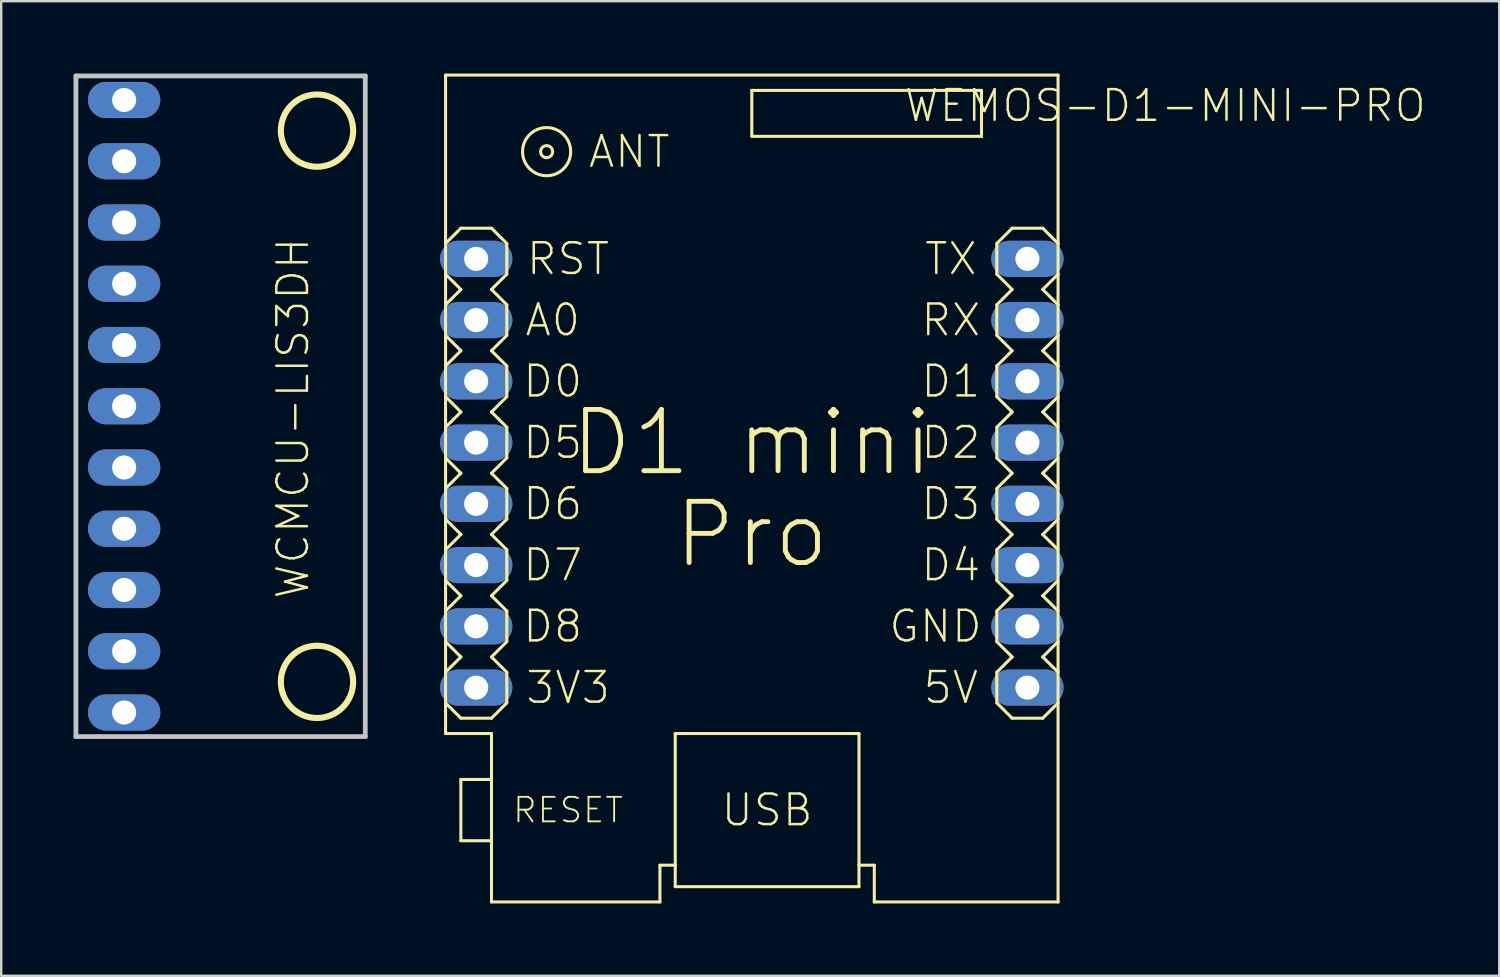
<source format=kicad_pcb>
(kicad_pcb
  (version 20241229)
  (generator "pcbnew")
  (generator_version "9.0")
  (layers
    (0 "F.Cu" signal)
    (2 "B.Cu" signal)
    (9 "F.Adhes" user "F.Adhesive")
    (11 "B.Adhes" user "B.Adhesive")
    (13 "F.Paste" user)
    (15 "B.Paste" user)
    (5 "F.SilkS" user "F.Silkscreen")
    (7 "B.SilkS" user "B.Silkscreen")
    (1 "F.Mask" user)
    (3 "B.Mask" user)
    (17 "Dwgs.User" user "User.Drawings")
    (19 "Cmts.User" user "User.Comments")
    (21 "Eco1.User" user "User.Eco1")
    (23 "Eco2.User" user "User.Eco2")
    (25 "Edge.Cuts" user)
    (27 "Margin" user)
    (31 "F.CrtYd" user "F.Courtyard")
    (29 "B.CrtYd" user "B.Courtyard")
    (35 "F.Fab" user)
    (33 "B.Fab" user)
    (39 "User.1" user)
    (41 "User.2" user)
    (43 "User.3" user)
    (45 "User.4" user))
  (footprint "WCMCU-LIS3DH"
    (layer "F.Cu")
    (at 2.098 1.097)
    (property "Reference" "WCMCU-LIS3DH" (at 6.998 13.198 90) (layer "F.SilkS") (effects (font (size 1.27 1.27) (thickness 0.102))))
    (attr exclude_from_pos_files exclude_from_bom)
    (fp_circle (center 7.998 1.27) (end 7.998 -0.229) (stroke (width 0.254) (type solid)) (fill no) (layer "F.SilkS"))
    (fp_circle (center 7.998 24.13) (end 7.998 22.631) (stroke (width 0.254) (type solid)) (fill no) (layer "F.SilkS"))
    (fp_line (start -1.999 -0.998) (end -1.999 26.398) (stroke (width 0.198) (type solid)) (layer "Dwgs.User"))
    (fp_line (start -1.999 -0.998) (end 10 -0.998) (stroke (width 0.198) (type solid)) (layer "Dwgs.User"))
    (fp_line (start -1.999 26.398) (end 10 26.398) (stroke (width 0.198) (type solid)) (layer "Dwgs.User"))
    (fp_line (start 10 -0.998) (end 10 26.398) (stroke (width 0.198) (type solid)) (layer "Dwgs.User"))
    (pad "ADC1" thru_hole oval (at 0 20.32) (size 3 1.5) (drill 1) (layers "*.Cu" "*.Mask"))
    (pad "ADC2" thru_hole oval (at 0 22.86) (size 3 1.5) (drill 1) (layers "*.Cu" "*.Mask"))
    (pad "ADC3" thru_hole oval (at 0 25.4) (size 3 1.5) (drill 1) (layers "*.Cu" "*.Mask"))
    (pad "CS" thru_hole oval (at 0 12.7) (size 3 1.5) (drill 1) (layers "*.Cu" "*.Mask"))
    (pad "GND" thru_hole oval (at 0 2.54) (size 3 1.5) (drill 1) (layers "*.Cu" "*.Mask"))
    (pad "INT1" thru_hole oval (at 0 15.24) (size 3 1.5) (drill 1) (layers "*.Cu" "*.Mask"))
    (pad "INT2" thru_hole oval (at 0 17.78) (size 3 1.5) (drill 1) (layers "*.Cu" "*.Mask"))
    (pad "SCL" thru_hole oval (at 0 5.08) (size 3 1.5) (drill 1) (layers "*.Cu" "*.Mask"))
    (pad "SDA" thru_hole oval (at 0 7.62) (size 3 1.5) (drill 1) (layers "*.Cu" "*.Mask"))
    (pad "SDO" thru_hole oval (at 0 10.16) (size 3 1.5) (drill 1) (layers "*.Cu" "*.Mask"))
    (pad "VCC" thru_hole oval (at 0 0) (size 3 1.5) (drill 1) (layers "*.Cu" "*.Mask")))
  (footprint "WEMOS-D1-MINI-PRO"
    (layer "F.Cu")
    (at 28.127 17.209)
    (property "Reference" "WEMOS-D1-MINI-PRO" (at 17.145 -15.875 0) (layer "F.SilkS") (effects (font (size 1.27 1.27) (thickness 0.102))))
    (attr exclude_from_pos_files exclude_from_bom)
    (fp_line (start -12.7 -17.145) (end 12.7 -17.145) (stroke (width 0.127) (type solid)) (layer "F.SilkS"))
    (fp_line (start -12.7 -10.16) (end -12.7 -17.145) (stroke (width 0.127) (type solid)) (layer "F.SilkS"))
    (fp_line (start -12.7 -10.16) (end -12.065 -10.795) (stroke (width 0.127) (type solid)) (layer "F.SilkS"))
    (fp_line (start -12.7 -8.89) (end -12.7 -10.16) (stroke (width 0.127) (type solid)) (layer "F.SilkS"))
    (fp_line (start -12.7 -7.62) (end -12.7 -8.89) (stroke (width 0.127) (type solid)) (layer "F.SilkS"))
    (fp_line (start -12.7 -7.62) (end -12.065 -8.255) (stroke (width 0.127) (type solid)) (layer "F.SilkS"))
    (fp_line (start -12.7 -6.35) (end -12.7 -7.62) (stroke (width 0.127) (type solid)) (layer "F.SilkS"))
    (fp_line (start -12.7 -5.08) (end -12.7 -6.35) (stroke (width 0.127) (type solid)) (layer "F.SilkS"))
    (fp_line (start -12.7 -5.08) (end -12.065 -5.715) (stroke (width 0.127) (type solid)) (layer "F.SilkS"))
    (fp_line (start -12.7 -3.81) (end -12.7 -5.08) (stroke (width 0.127) (type solid)) (layer "F.SilkS"))
    (fp_line (start -12.7 -3.81) (end -12.7 10.16) (stroke (width 0.127) (type solid)) (layer "F.SilkS"))
    (fp_line (start -12.7 -2.54) (end -12.065 -3.175) (stroke (width 0.127) (type solid)) (layer "F.SilkS"))
    (fp_line (start -12.7 -1.27) (end -12.065 -0.635) (stroke (width 0.127) (type solid)) (layer "F.SilkS"))
    (fp_line (start -12.7 1.27) (end -12.065 1.905) (stroke (width 0.127) (type solid)) (layer "F.SilkS"))
    (fp_line (start -12.7 3.81) (end -12.065 4.445) (stroke (width 0.127) (type solid)) (layer "F.SilkS"))
    (fp_line (start -12.7 6.35) (end -12.065 6.985) (stroke (width 0.127) (type solid)) (layer "F.SilkS"))
    (fp_line (start -12.7 8.89) (end -12.065 9.525) (stroke (width 0.127) (type solid)) (layer "F.SilkS"))
    (fp_line (start -12.7 10.16) (end -10.795 10.16) (stroke (width 0.127) (type solid)) (layer "F.SilkS"))
    (fp_line (start -12.065 -10.795) (end -10.795 -10.795) (stroke (width 0.127) (type solid)) (layer "F.SilkS"))
    (fp_line (start -12.065 -8.255) (end -12.7 -8.89) (stroke (width 0.127) (type solid)) (layer "F.SilkS"))
    (fp_line (start -12.065 -5.715) (end -12.7 -6.35) (stroke (width 0.127) (type solid)) (layer "F.SilkS"))
    (fp_line (start -12.065 -3.175) (end -12.7 -3.81) (stroke (width 0.127) (type solid)) (layer "F.SilkS"))
    (fp_line (start -12.065 -0.635) (end -12.7 0) (stroke (width 0.127) (type solid)) (layer "F.SilkS"))
    (fp_line (start -12.065 1.905) (end -12.7 2.54) (stroke (width 0.127) (type solid)) (layer "F.SilkS"))
    (fp_line (start -12.065 4.445) (end -12.7 5.08) (stroke (width 0.127) (type solid)) (layer "F.SilkS"))
    (fp_line (start -12.065 6.985) (end -12.7 7.62) (stroke (width 0.127) (type solid)) (layer "F.SilkS"))
    (fp_line (start -12.065 9.525) (end -10.795 9.525) (stroke (width 0.127) (type solid)) (layer "F.SilkS"))
    (fp_line (start -12.065 12.065) (end -12.065 14.605) (stroke (width 0.127) (type solid)) (layer "F.SilkS"))
    (fp_line (start -12.065 14.605) (end -10.795 14.605) (stroke (width 0.127) (type solid)) (layer "F.SilkS"))
    (fp_line (start -10.795 -10.795) (end -10.16 -10.16) (stroke (width 0.127) (type solid)) (layer "F.SilkS"))
    (fp_line (start -10.795 -8.255) (end -10.16 -7.62) (stroke (width 0.127) (type solid)) (layer "F.SilkS"))
    (fp_line (start -10.795 -5.715) (end -10.16 -5.08) (stroke (width 0.127) (type solid)) (layer "F.SilkS"))
    (fp_line (start -10.795 -3.175) (end -10.16 -2.54) (stroke (width 0.127) (type solid)) (layer "F.SilkS"))
    (fp_line (start -10.795 -0.635) (end -10.16 0) (stroke (width 0.127) (type solid)) (layer "F.SilkS"))
    (fp_line (start -10.795 1.905) (end -10.16 2.54) (stroke (width 0.127) (type solid)) (layer "F.SilkS"))
    (fp_line (start -10.795 4.445) (end -10.16 5.08) (stroke (width 0.127) (type solid)) (layer "F.SilkS"))
    (fp_line (start -10.795 9.525) (end -10.16 8.89) (stroke (width 0.127) (type solid)) (layer "F.SilkS"))
    (fp_line (start -10.795 10.16) (end -10.795 12.065) (stroke (width 0.127) (type solid)) (layer "F.SilkS"))
    (fp_line (start -10.795 12.065) (end -12.065 12.065) (stroke (width 0.127) (type solid)) (layer "F.SilkS"))
    (fp_line (start -10.795 12.065) (end -10.795 14.605) (stroke (width 0.127) (type solid)) (layer "F.SilkS"))
    (fp_line (start -10.795 14.605) (end -10.795 17.145) (stroke (width 0.127) (type solid)) (layer "F.SilkS"))
    (fp_line (start -10.795 17.145) (end -3.81 17.145) (stroke (width 0.127) (type solid)) (layer "F.SilkS"))
    (fp_line (start -10.16 -10.16) (end -10.16 -8.89) (stroke (width 0.127) (type solid)) (layer "F.SilkS"))
    (fp_line (start -10.16 -8.89) (end -10.795 -8.255) (stroke (width 0.127) (type solid)) (layer "F.SilkS"))
    (fp_line (start -10.16 -7.62) (end -10.16 -6.35) (stroke (width 0.127) (type solid)) (layer "F.SilkS"))
    (fp_line (start -10.16 -6.35) (end -10.795 -5.715) (stroke (width 0.127) (type solid)) (layer "F.SilkS"))
    (fp_line (start -10.16 -5.08) (end -10.16 -3.81) (stroke (width 0.127) (type solid)) (layer "F.SilkS"))
    (fp_line (start -10.16 -3.81) (end -10.795 -3.175) (stroke (width 0.127) (type solid)) (layer "F.SilkS"))
    (fp_line (start -10.16 -2.54) (end -10.16 -1.27) (stroke (width 0.127) (type solid)) (layer "F.SilkS"))
    (fp_line (start -10.16 -1.27) (end -10.795 -0.635) (stroke (width 0.127) (type solid)) (layer "F.SilkS"))
    (fp_line (start -10.16 0) (end -10.16 1.27) (stroke (width 0.127) (type solid)) (layer "F.SilkS"))
    (fp_line (start -10.16 1.27) (end -10.795 1.905) (stroke (width 0.127) (type solid)) (layer "F.SilkS"))
    (fp_line (start -10.16 2.54) (end -10.16 3.81) (stroke (width 0.127) (type solid)) (layer "F.SilkS"))
    (fp_line (start -10.16 3.81) (end -10.795 4.445) (stroke (width 0.127) (type solid)) (layer "F.SilkS"))
    (fp_line (start -10.16 5.08) (end -10.16 6.35) (stroke (width 0.127) (type solid)) (layer "F.SilkS"))
    (fp_line (start -10.16 6.35) (end -10.795 6.985) (stroke (width 0.127) (type solid)) (layer "F.SilkS"))
    (fp_line (start -10.16 7.62) (end -10.795 6.985) (stroke (width 0.127) (type solid)) (layer "F.SilkS"))
    (fp_line (start -10.16 8.89) (end -10.16 7.62) (stroke (width 0.127) (type solid)) (layer "F.SilkS"))
    (fp_line (start -3.81 15.621) (end -3.175 15.621) (stroke (width 0.127) (type solid)) (layer "F.SilkS"))
    (fp_line (start -3.81 17.145) (end -3.81 15.621) (stroke (width 0.127) (type solid)) (layer "F.SilkS"))
    (fp_line (start -3.175 10.16) (end -3.175 15.621) (stroke (width 0.127) (type solid)) (layer "F.SilkS"))
    (fp_line (start -3.175 15.621) (end -3.175 16.51) (stroke (width 0.127) (type solid)) (layer "F.SilkS"))
    (fp_line (start -3.175 16.51) (end 4.445 16.51) (stroke (width 0.127) (type solid)) (layer "F.SilkS"))
    (fp_line (start 0 -16.51) (end 9.525 -16.51) (stroke (width 0.127) (type solid)) (layer "F.SilkS"))
    (fp_line (start 0 -14.605) (end 0 -16.51) (stroke (width 0.127) (type solid)) (layer "F.SilkS"))
    (fp_line (start 4.445 10.16) (end -3.175 10.16) (stroke (width 0.127) (type solid)) (layer "F.SilkS"))
    (fp_line (start 4.445 15.621) (end 4.445 10.16) (stroke (width 0.127) (type solid)) (layer "F.SilkS"))
    (fp_line (start 4.445 16.51) (end 4.445 15.621) (stroke (width 0.127) (type solid)) (layer "F.SilkS"))
    (fp_line (start 5.08 15.621) (end 4.445 15.621) (stroke (width 0.127) (type solid)) (layer "F.SilkS"))
    (fp_line (start 5.08 15.621) (end 5.08 17.145) (stroke (width 0.127) (type solid)) (layer "F.SilkS"))
    (fp_line (start 5.08 17.145) (end 12.7 17.145) (stroke (width 0.127) (type solid)) (layer "F.SilkS"))
    (fp_line (start 9.525 -16.51) (end 9.525 -14.605) (stroke (width 0.127) (type solid)) (layer "F.SilkS"))
    (fp_line (start 9.525 -14.605) (end 0 -14.605) (stroke (width 0.127) (type solid)) (layer "F.SilkS"))
    (fp_line (start 10.16 -10.16) (end 10.795 -10.795) (stroke (width 0.127) (type solid)) (layer "F.SilkS"))
    (fp_line (start 10.16 -8.89) (end 10.16 -10.16) (stroke (width 0.127) (type solid)) (layer "F.SilkS"))
    (fp_line (start 10.16 -7.62) (end 10.795 -8.255) (stroke (width 0.127) (type solid)) (layer "F.SilkS"))
    (fp_line (start 10.16 -6.35) (end 10.16 -7.62) (stroke (width 0.127) (type solid)) (layer "F.SilkS"))
    (fp_line (start 10.16 -5.08) (end 10.795 -5.715) (stroke (width 0.127) (type solid)) (layer "F.SilkS"))
    (fp_line (start 10.16 -3.81) (end 10.16 -5.08) (stroke (width 0.127) (type solid)) (layer "F.SilkS"))
    (fp_line (start 10.16 -2.54) (end 10.16 -1.27) (stroke (width 0.127) (type solid)) (layer "F.SilkS"))
    (fp_line (start 10.16 -2.54) (end 10.795 -3.175) (stroke (width 0.127) (type solid)) (layer "F.SilkS"))
    (fp_line (start 10.16 -1.27) (end 10.795 -0.635) (stroke (width 0.127) (type solid)) (layer "F.SilkS"))
    (fp_line (start 10.16 0) (end 10.16 1.27) (stroke (width 0.127) (type solid)) (layer "F.SilkS"))
    (fp_line (start 10.16 1.27) (end 10.795 1.905) (stroke (width 0.127) (type solid)) (layer "F.SilkS"))
    (fp_line (start 10.16 3.81) (end 10.16 2.54) (stroke (width 0.127) (type solid)) (layer "F.SilkS"))
    (fp_line (start 10.16 3.81) (end 10.795 4.445) (stroke (width 0.127) (type solid)) (layer "F.SilkS"))
    (fp_line (start 10.16 6.35) (end 10.16 5.08) (stroke (width 0.127) (type solid)) (layer "F.SilkS"))
    (fp_line (start 10.16 6.35) (end 10.795 6.985) (stroke (width 0.127) (type solid)) (layer "F.SilkS"))
    (fp_line (start 10.16 7.62) (end 10.16 8.89) (stroke (width 0.127) (type solid)) (layer "F.SilkS"))
    (fp_line (start 10.16 8.89) (end 10.795 9.525) (stroke (width 0.127) (type solid)) (layer "F.SilkS"))
    (fp_line (start 10.795 -10.795) (end 12.065 -10.795) (stroke (width 0.127) (type solid)) (layer "F.SilkS"))
    (fp_line (start 10.795 -8.255) (end 10.16 -8.89) (stroke (width 0.127) (type solid)) (layer "F.SilkS"))
    (fp_line (start 10.795 -5.715) (end 10.16 -6.35) (stroke (width 0.127) (type solid)) (layer "F.SilkS"))
    (fp_line (start 10.795 -3.175) (end 10.16 -3.81) (stroke (width 0.127) (type solid)) (layer "F.SilkS"))
    (fp_line (start 10.795 -0.635) (end 10.16 0) (stroke (width 0.127) (type solid)) (layer "F.SilkS"))
    (fp_line (start 10.795 1.905) (end 10.16 2.54) (stroke (width 0.127) (type solid)) (layer "F.SilkS"))
    (fp_line (start 10.795 4.445) (end 10.16 5.08) (stroke (width 0.127) (type solid)) (layer "F.SilkS"))
    (fp_line (start 10.795 6.985) (end 10.16 7.62) (stroke (width 0.127) (type solid)) (layer "F.SilkS"))
    (fp_line (start 10.795 9.525) (end 12.065 9.525) (stroke (width 0.127) (type solid)) (layer "F.SilkS"))
    (fp_line (start 12.065 -10.795) (end 12.7 -10.16) (stroke (width 0.127) (type solid)) (layer "F.SilkS"))
    (fp_line (start 12.065 -8.255) (end 12.7 -7.62) (stroke (width 0.127) (type solid)) (layer "F.SilkS"))
    (fp_line (start 12.065 -5.715) (end 12.7 -5.08) (stroke (width 0.127) (type solid)) (layer "F.SilkS"))
    (fp_line (start 12.065 -3.175) (end 12.7 -2.54) (stroke (width 0.127) (type solid)) (layer "F.SilkS"))
    (fp_line (start 12.065 -0.635) (end 12.7 0) (stroke (width 0.127) (type solid)) (layer "F.SilkS"))
    (fp_line (start 12.065 1.905) (end 12.7 2.54) (stroke (width 0.127) (type solid)) (layer "F.SilkS"))
    (fp_line (start 12.065 4.445) (end 12.7 5.08) (stroke (width 0.127) (type solid)) (layer "F.SilkS"))
    (fp_line (start 12.065 9.525) (end 12.7 8.89) (stroke (width 0.127) (type solid)) (layer "F.SilkS"))
    (fp_line (start 12.7 -17.145) (end 12.7 -10.16) (stroke (width 0.127) (type solid)) (layer "F.SilkS"))
    (fp_line (start 12.7 -10.16) (end 12.7 -8.89) (stroke (width 0.127) (type solid)) (layer "F.SilkS"))
    (fp_line (start 12.7 -8.89) (end 12.065 -8.255) (stroke (width 0.127) (type solid)) (layer "F.SilkS"))
    (fp_line (start 12.7 -8.89) (end 12.7 -7.62) (stroke (width 0.127) (type solid)) (layer "F.SilkS"))
    (fp_line (start 12.7 -7.62) (end 12.7 -6.35) (stroke (width 0.127) (type solid)) (layer "F.SilkS"))
    (fp_line (start 12.7 -6.35) (end 12.065 -5.715) (stroke (width 0.127) (type solid)) (layer "F.SilkS"))
    (fp_line (start 12.7 -6.35) (end 12.7 -5.08) (stroke (width 0.127) (type solid)) (layer "F.SilkS"))
    (fp_line (start 12.7 -5.08) (end 12.7 -3.81) (stroke (width 0.127) (type solid)) (layer "F.SilkS"))
    (fp_line (start 12.7 -3.81) (end 12.065 -3.175) (stroke (width 0.127) (type solid)) (layer "F.SilkS"))
    (fp_line (start 12.7 -3.81) (end 12.7 17.145) (stroke (width 0.127) (type solid)) (layer "F.SilkS"))
    (fp_line (start 12.7 -1.27) (end 12.065 -0.635) (stroke (width 0.127) (type solid)) (layer "F.SilkS"))
    (fp_line (start 12.7 1.27) (end 12.065 1.905) (stroke (width 0.127) (type solid)) (layer "F.SilkS"))
    (fp_line (start 12.7 3.81) (end 12.065 4.445) (stroke (width 0.127) (type solid)) (layer "F.SilkS"))
    (fp_line (start 12.7 6.35) (end 12.065 6.985) (stroke (width 0.127) (type solid)) (layer "F.SilkS"))
    (fp_line (start 12.7 7.62) (end 12.065 6.985) (stroke (width 0.127) (type solid)) (layer "F.SilkS"))
    (fp_circle (center -8.509 -13.97) (end -8.509 -14.968) (stroke (width 0.127) (type solid)) (fill no) (layer "F.SilkS"))
    (fp_circle (center -8.509 -13.97) (end -8.509 -14.219) (stroke (width 0.127) (type solid)) (fill no) (layer "F.SilkS"))
    (fp_text user "D4" (at 8.255 3.175 0) (layer "F.SilkS") (effects (font (size 1.27 1.27) (thickness 0.102))))
    (fp_text user "5V" (at 8.255 8.255 0) (layer "F.SilkS") (effects (font (size 1.27 1.27) (thickness 0.102))))
    (fp_text user "GND" (at 7.62 5.715 0) (layer "F.SilkS") (effects (font (size 1.27 1.27) (thickness 0.102))))
    (fp_text user "ANT" (at -5.08 -13.97 0) (layer "F.SilkS") (effects (font (size 1.27 1.27) (thickness 0.102))))
    (fp_text user "TX" (at 8.255 -9.525 0) (layer "F.SilkS") (effects (font (size 1.27 1.27) (thickness 0.102))))
    (fp_text user "D7" (at -8.255 3.175 0) (layer "F.SilkS") (effects (font (size 1.27 1.27) (thickness 0.102))))
    (fp_text user "RESET" (at -7.62 13.335 0) (layer "F.SilkS") (effects (font (size 1.016 1.016) (thickness 0.076))))
    (fp_text user "D5" (at -8.255 -1.905 0) (layer "F.SilkS") (effects (font (size 1.27 1.27) (thickness 0.102))))
    (fp_text user "Pro" (at 0 1.905 0) (layer "F.SilkS") (effects (font (size 2.54 2.54) (thickness 0.203))))
    (fp_text user "D0" (at -8.255 -4.445 0) (layer "F.SilkS") (effects (font (size 1.27 1.27) (thickness 0.102))))
    (fp_text user "D2" (at 8.255 -1.905 0) (layer "F.SilkS") (effects (font (size 1.27 1.27) (thickness 0.102))))
    (fp_text user "USB" (at 0.635 13.335 0) (layer "F.SilkS") (effects (font (size 1.27 1.27) (thickness 0.102))))
    (fp_text user "D3" (at 8.255 0.635 0) (layer "F.SilkS") (effects (font (size 1.27 1.27) (thickness 0.102))))
    (fp_text user "3V3" (at -7.62 8.255 0) (layer "F.SilkS") (effects (font (size 1.27 1.27) (thickness 0.102))))
    (fp_text user "D1 mini" (at 0 -1.905 0) (layer "F.SilkS") (effects (font (size 2.54 2.54) (thickness 0.203))))
    (fp_text user "D8" (at -8.255 5.715 0) (layer "F.SilkS") (effects (font (size 1.27 1.27) (thickness 0.102))))
    (fp_text user "A0" (at -8.255 -6.985 0) (layer "F.SilkS") (effects (font (size 1.27 1.27) (thickness 0.102))))
    (fp_text user "RX" (at 8.255 -6.985 0) (layer "F.SilkS") (effects (font (size 1.27 1.27) (thickness 0.102))))
    (fp_text user "RST" (at -7.62 -9.525 0) (layer "F.SilkS") (effects (font (size 1.27 1.27) (thickness 0.102))))
    (fp_text user "D6" (at -8.255 0.635 0) (layer "F.SilkS") (effects (font (size 1.27 1.27) (thickness 0.102))))
    (fp_text user "D1" (at 8.255 -4.445 0) (layer "F.SilkS") (effects (font (size 1.27 1.27) (thickness 0.102))))
    (pad "JP1.1" thru_hole oval (at -11.43 -9.525) (size 3 1.5) (drill 1) (layers "*.Cu" "*.Mask"))
    (pad "JP1.2" thru_hole oval (at -11.43 -6.985) (size 3 1.5) (drill 1) (layers "*.Cu" "*.Mask"))
    (pad "JP1.3" thru_hole oval (at -11.43 -4.445) (size 3 1.5) (drill 1) (layers "*.Cu" "*.Mask"))
    (pad "JP1.4" thru_hole oval (at -11.43 -1.905) (size 3 1.5) (drill 1) (layers "*.Cu" "*.Mask"))
    (pad "JP1.5" thru_hole oval (at -11.43 0.635) (size 3 1.5) (drill 1) (layers "*.Cu" "*.Mask"))
    (pad "JP1.6" thru_hole oval (at -11.43 3.175) (size 3 1.5) (drill 1) (layers "*.Cu" "*.Mask"))
    (pad "JP1.7" thru_hole oval (at -11.43 5.715) (size 3 1.5) (drill 1) (layers "*.Cu" "*.Mask"))
    (pad "JP1.8" thru_hole oval (at -11.43 8.255) (size 3 1.5) (drill 1) (layers "*.Cu" "*.Mask"))
    (pad "JP2.1" thru_hole oval (at 11.43 -9.525) (size 3 1.5) (drill 1) (layers "*.Cu" "*.Mask"))
    (pad "JP2.2" thru_hole oval (at 11.43 -6.985) (size 3 1.5) (drill 1) (layers "*.Cu" "*.Mask"))
    (pad "JP2.3" thru_hole oval (at 11.43 -4.445) (size 3 1.5) (drill 1) (layers "*.Cu" "*.Mask"))
    (pad "JP2.4" thru_hole oval (at 11.43 -1.905) (size 3 1.5) (drill 1) (layers "*.Cu" "*.Mask"))
    (pad "JP2.5" thru_hole oval (at 11.43 0.635) (size 3 1.5) (drill 1) (layers "*.Cu" "*.Mask"))
    (pad "JP2.6" thru_hole oval (at 11.43 3.175) (size 3 1.5) (drill 1) (layers "*.Cu" "*.Mask"))
    (pad "JP2.7" thru_hole oval (at 11.43 5.715) (size 3 1.5) (drill 1) (layers "*.Cu" "*.Mask"))
    (pad "JP2.8" thru_hole oval (at 11.43 8.255) (size 3 1.5) (drill 1) (layers "*.Cu" "*.Mask")))
  (gr_rect
    (start -3 -3)
    (end 59.123 37.417)
    (stroke (width 0.1) (type default))
    (fill no)
    (layer "Edge.Cuts")))
</source>
